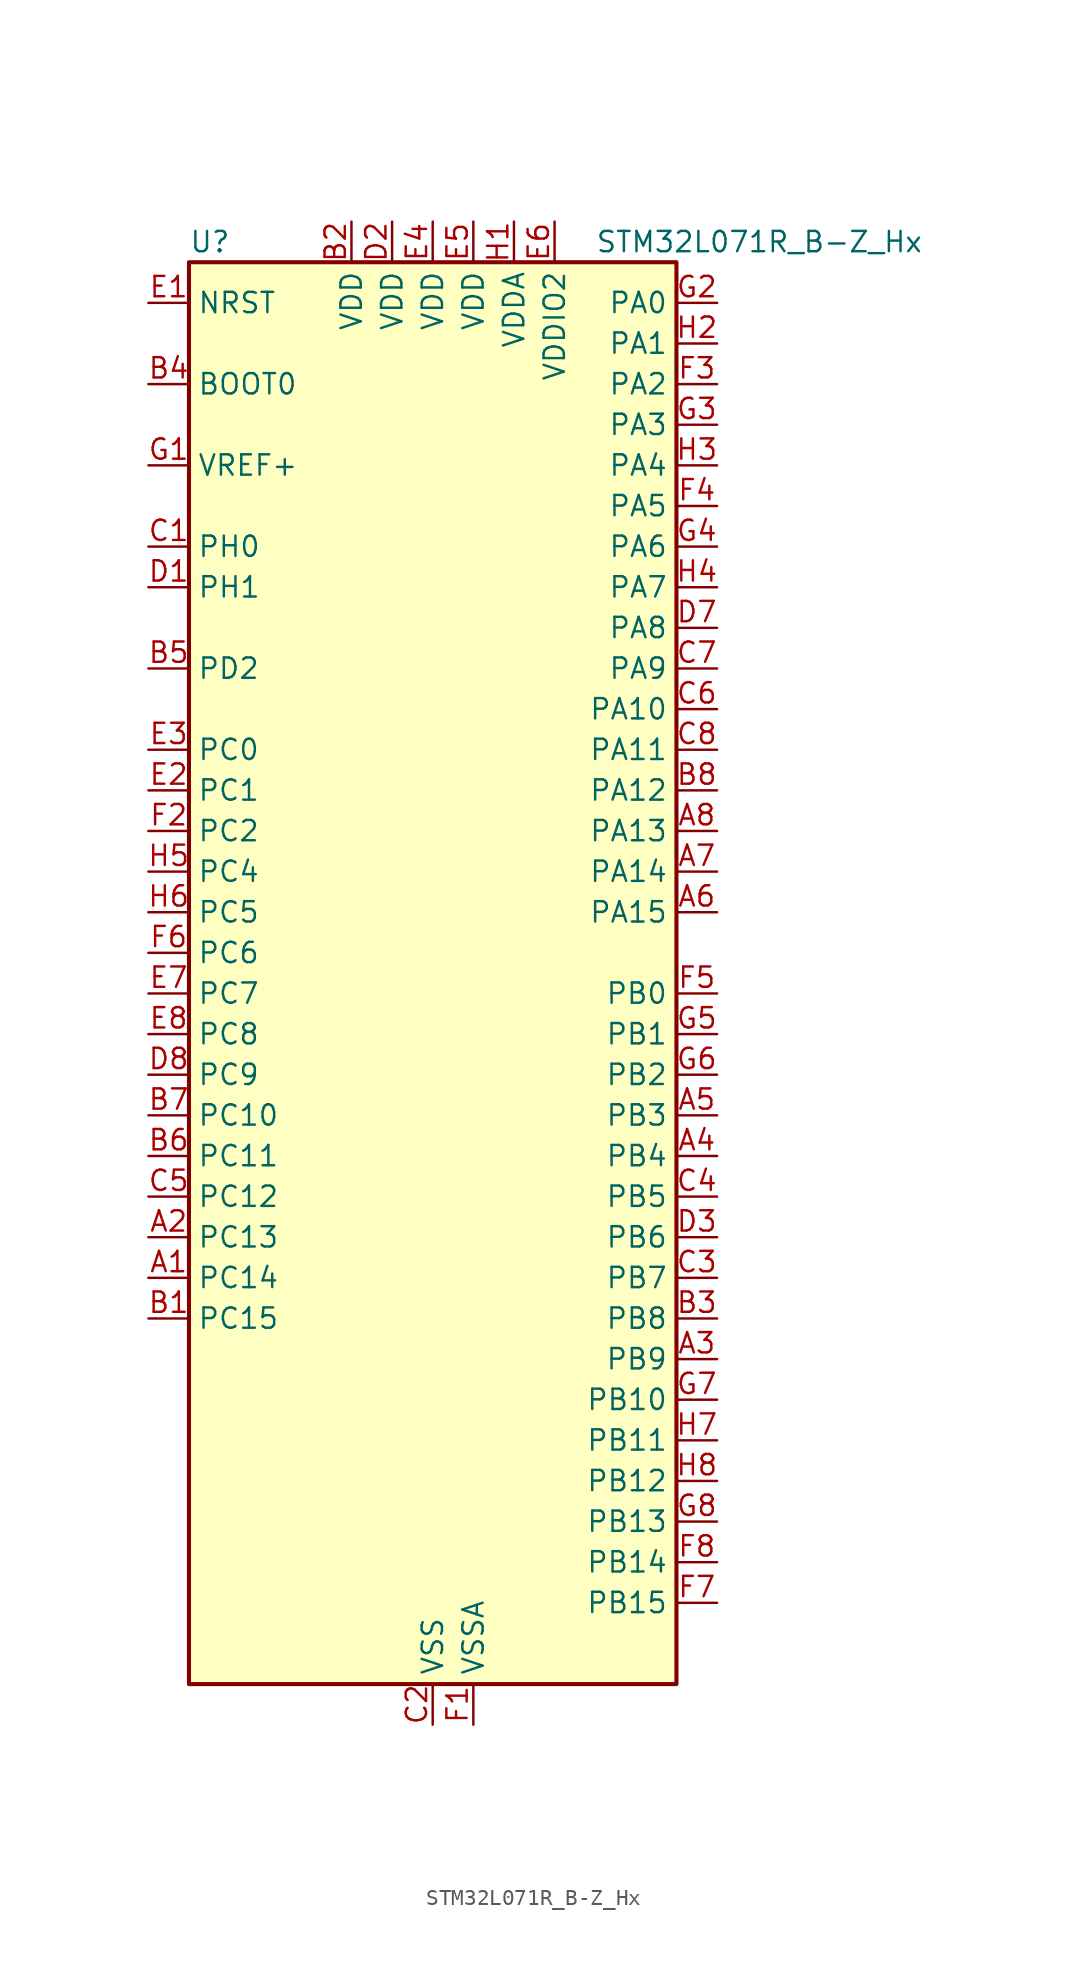
<source format=kicad_sym>
(kicad_symbol_lib
  (version 20220914)
  (generator kicad_symbol_editor)
  (symbol "STM32L071R_B-Z_Hx"
    (property "Reference" "U"
      (at -15.24 46.99 0)
      (effects (font (size 1.27 1.27)) (justify left)))
    (property "Value" "STM32L071R_B-Z_Hx"
      (at 10.16 46.99 0)
      (effects (font (size 1.27 1.27)) (justify left)))
    (property "ki_locked" ""
      (at 0 0 0)
      (effects (font (size 1.27 1.27))))
    (symbol "STM32L071R_B-Z_Hx_0_1"
      (rectangle (start -15.24 -43.18) (end 15.24 45.72) (stroke (width 0.254) (type default)) (fill (type background))))
    (symbol "STM32L071R_B-Z_Hx_1_1"
      (pin bidirectional line (at -17.78 -17.78 0) (length 2.54) (name "PC14" (effects (font (size 1.27 1.27)))) (number "A1" (effects (font (size 1.27 1.27)))) (alternate "RCC_OSC32_IN" bidirectional line))
      (pin bidirectional line (at -17.78 -15.24 0) (length 2.54) (name "PC13" (effects (font (size 1.27 1.27)))) (number "A2" (effects (font (size 1.27 1.27)))) (alternate "RTC_OUT_ALARM" bidirectional line) (alternate "RTC_OUT_CALIB" bidirectional line) (alternate "RTC_TAMP1" bidirectional line) (alternate "RTC_TS" bidirectional line) (alternate "SYS_WKUP2" bidirectional line))
      (pin bidirectional line (at 17.78 -22.86 180) (length 2.54) (name "PB9" (effects (font (size 1.27 1.27)))) (number "A3" (effects (font (size 1.27 1.27)))) (alternate "I2C1_SDA" bidirectional line) (alternate "I2S2_WS" bidirectional line) (alternate "SPI2_NSS" bidirectional line))
      (pin bidirectional line (at 17.78 -10.16 180) (length 2.54) (name "PB4" (effects (font (size 1.27 1.27)))) (number "A4" (effects (font (size 1.27 1.27)))) (alternate "COMP2_INP" bidirectional line) (alternate "I2C3_SDA" bidirectional line) (alternate "SPI1_MISO" bidirectional line) (alternate "TIM22_CH1" bidirectional line) (alternate "TIM3_CH1" bidirectional line) (alternate "USART1_CTS" bidirectional line) (alternate "USART5_RX" bidirectional line))
      (pin bidirectional line (at 17.78 -7.62 180) (length 2.54) (name "PB3" (effects (font (size 1.27 1.27)))) (number "A5" (effects (font (size 1.27 1.27)))) (alternate "COMP2_INM" bidirectional line) (alternate "SPI1_SCK" bidirectional line) (alternate "TIM2_CH2" bidirectional line) (alternate "USART1_DE" bidirectional line) (alternate "USART1_RTS" bidirectional line) (alternate "USART5_TX" bidirectional line))
      (pin bidirectional line (at 17.78 5.08 180) (length 2.54) (name "PA15" (effects (font (size 1.27 1.27)))) (number "A6" (effects (font (size 1.27 1.27)))) (alternate "SPI1_NSS" bidirectional line) (alternate "TIM2_CH1" bidirectional line) (alternate "TIM2_ETR" bidirectional line) (alternate "USART2_RX" bidirectional line) (alternate "USART4_DE" bidirectional line) (alternate "USART4_RTS" bidirectional line))
      (pin bidirectional line (at 17.78 7.62 180) (length 2.54) (name "PA14" (effects (font (size 1.27 1.27)))) (number "A7" (effects (font (size 1.27 1.27)))) (alternate "LPUART1_TX" bidirectional line) (alternate "SYS_SWCLK" bidirectional line) (alternate "USART2_TX" bidirectional line))
      (pin bidirectional line (at 17.78 10.16 180) (length 2.54) (name "PA13" (effects (font (size 1.27 1.27)))) (number "A8" (effects (font (size 1.27 1.27)))) (alternate "LPUART1_RX" bidirectional line) (alternate "SYS_SWDIO" bidirectional line))
      (pin bidirectional line (at -17.78 -20.32 0) (length 2.54) (name "PC15" (effects (font (size 1.27 1.27)))) (number "B1" (effects (font (size 1.27 1.27)))) (alternate "RCC_OSC32_OUT" bidirectional line))
      (pin power_in line (at -5.08 48.26 270) (length 2.54) (name "VDD" (effects (font (size 1.27 1.27)))) (number "B2" (effects (font (size 1.27 1.27)))))
      (pin bidirectional line (at 17.78 -20.32 180) (length 2.54) (name "PB8" (effects (font (size 1.27 1.27)))) (number "B3" (effects (font (size 1.27 1.27)))) (alternate "I2C1_SCL" bidirectional line))
      (pin input line (at -17.78 38.1 0) (length 2.54) (name "BOOT0" (effects (font (size 1.27 1.27)))) (number "B4" (effects (font (size 1.27 1.27)))))
      (pin bidirectional line (at -17.78 20.32 0) (length 2.54) (name "PD2" (effects (font (size 1.27 1.27)))) (number "B5" (effects (font (size 1.27 1.27)))) (alternate "LPUART1_DE" bidirectional line) (alternate "LPUART1_RTS" bidirectional line) (alternate "TIM3_ETR" bidirectional line) (alternate "USART5_RX" bidirectional line))
      (pin bidirectional line (at -17.78 -10.16 0) (length 2.54) (name "PC11" (effects (font (size 1.27 1.27)))) (number "B6" (effects (font (size 1.27 1.27)))) (alternate "ADC_EXTI11" bidirectional line) (alternate "LPUART1_RX" bidirectional line) (alternate "USART4_RX" bidirectional line))
      (pin bidirectional line (at -17.78 -7.62 0) (length 2.54) (name "PC10" (effects (font (size 1.27 1.27)))) (number "B7" (effects (font (size 1.27 1.27)))) (alternate "LPUART1_TX" bidirectional line) (alternate "USART4_TX" bidirectional line))
      (pin bidirectional line (at 17.78 12.7 180) (length 2.54) (name "PA12" (effects (font (size 1.27 1.27)))) (number "B8" (effects (font (size 1.27 1.27)))) (alternate "COMP2_OUT" bidirectional line) (alternate "SPI1_MOSI" bidirectional line) (alternate "USART1_DE" bidirectional line) (alternate "USART1_RTS" bidirectional line))
      (pin bidirectional line (at -17.78 27.94 0) (length 2.54) (name "PH0" (effects (font (size 1.27 1.27)))) (number "C1" (effects (font (size 1.27 1.27)))) (alternate "RCC_OSC_IN" bidirectional line))
      (pin power_in line (at 0 -45.72 90) (length 2.54) (name "VSS" (effects (font (size 1.27 1.27)))) (number "C2" (effects (font (size 1.27 1.27)))))
      (pin bidirectional line (at 17.78 -17.78 180) (length 2.54) (name "PB7" (effects (font (size 1.27 1.27)))) (number "C3" (effects (font (size 1.27 1.27)))) (alternate "COMP2_INP" bidirectional line) (alternate "I2C1_SDA" bidirectional line) (alternate "LPTIM1_IN2" bidirectional line) (alternate "SYS_PVD_IN" bidirectional line) (alternate "USART1_RX" bidirectional line) (alternate "USART4_CTS" bidirectional line))
      (pin bidirectional line (at 17.78 -12.7 180) (length 2.54) (name "PB5" (effects (font (size 1.27 1.27)))) (number "C4" (effects (font (size 1.27 1.27)))) (alternate "COMP2_INP" bidirectional line) (alternate "I2C1_SMBA" bidirectional line) (alternate "LPTIM1_IN1" bidirectional line) (alternate "SPI1_MOSI" bidirectional line) (alternate "TIM22_CH2" bidirectional line) (alternate "TIM3_CH2" bidirectional line) (alternate "USART1_CK" bidirectional line) (alternate "USART5_CK" bidirectional line) (alternate "USART5_DE" bidirectional line) (alternate "USART5_RTS" bidirectional line))
      (pin bidirectional line (at -17.78 -12.7 0) (length 2.54) (name "PC12" (effects (font (size 1.27 1.27)))) (number "C5" (effects (font (size 1.27 1.27)))) (alternate "USART4_CK" bidirectional line) (alternate "USART5_TX" bidirectional line))
      (pin bidirectional line (at 17.78 17.78 180) (length 2.54) (name "PA10" (effects (font (size 1.27 1.27)))) (number "C6" (effects (font (size 1.27 1.27)))) (alternate "I2C1_SDA" bidirectional line) (alternate "USART1_RX" bidirectional line))
      (pin bidirectional line (at 17.78 20.32 180) (length 2.54) (name "PA9" (effects (font (size 1.27 1.27)))) (number "C7" (effects (font (size 1.27 1.27)))) (alternate "I2C1_SCL" bidirectional line) (alternate "I2C3_SMBA" bidirectional line) (alternate "RCC_MCO" bidirectional line) (alternate "USART1_TX" bidirectional line))
      (pin bidirectional line (at 17.78 15.24 180) (length 2.54) (name "PA11" (effects (font (size 1.27 1.27)))) (number "C8" (effects (font (size 1.27 1.27)))) (alternate "ADC_EXTI11" bidirectional line) (alternate "COMP1_OUT" bidirectional line) (alternate "SPI1_MISO" bidirectional line) (alternate "USART1_CTS" bidirectional line))
      (pin bidirectional line (at -17.78 25.4 0) (length 2.54) (name "PH1" (effects (font (size 1.27 1.27)))) (number "D1" (effects (font (size 1.27 1.27)))) (alternate "RCC_OSC_OUT" bidirectional line))
      (pin power_in line (at -2.54 48.26 270) (length 2.54) (name "VDD" (effects (font (size 1.27 1.27)))) (number "D2" (effects (font (size 1.27 1.27)))))
      (pin bidirectional line (at 17.78 -15.24 180) (length 2.54) (name "PB6" (effects (font (size 1.27 1.27)))) (number "D3" (effects (font (size 1.27 1.27)))) (alternate "COMP2_INP" bidirectional line) (alternate "I2C1_SCL" bidirectional line) (alternate "LPTIM1_ETR" bidirectional line) (alternate "USART1_TX" bidirectional line))
      (pin passive line (at 0 -45.72 90) (length 2.54) hide (name "VSS" (effects (font (size 1.27 1.27)))) (number "D4" (effects (font (size 1.27 1.27)))))
      (pin passive line (at 0 -45.72 90) (length 2.54) hide (name "VSS" (effects (font (size 1.27 1.27)))) (number "D5" (effects (font (size 1.27 1.27)))))
      (pin passive line (at 0 -45.72 90) (length 2.54) hide (name "VSS" (effects (font (size 1.27 1.27)))) (number "D6" (effects (font (size 1.27 1.27)))))
      (pin bidirectional line (at 17.78 22.86 180) (length 2.54) (name "PA8" (effects (font (size 1.27 1.27)))) (number "D7" (effects (font (size 1.27 1.27)))) (alternate "I2C3_SCL" bidirectional line) (alternate "RCC_MCO" bidirectional line) (alternate "USART1_CK" bidirectional line))
      (pin bidirectional line (at -17.78 -5.08 0) (length 2.54) (name "PC9" (effects (font (size 1.27 1.27)))) (number "D8" (effects (font (size 1.27 1.27)))) (alternate "I2C3_SDA" bidirectional line) (alternate "TIM21_ETR" bidirectional line) (alternate "TIM3_CH4" bidirectional line))
      (pin input line (at -17.78 43.18 0) (length 2.54) (name "NRST" (effects (font (size 1.27 1.27)))) (number "E1" (effects (font (size 1.27 1.27)))))
      (pin bidirectional line (at -17.78 12.7 0) (length 2.54) (name "PC1" (effects (font (size 1.27 1.27)))) (number "E2" (effects (font (size 1.27 1.27)))) (alternate "ADC_IN11" bidirectional line) (alternate "I2C3_SDA" bidirectional line) (alternate "LPTIM1_OUT" bidirectional line) (alternate "LPUART1_TX" bidirectional line))
      (pin bidirectional line (at -17.78 15.24 0) (length 2.54) (name "PC0" (effects (font (size 1.27 1.27)))) (number "E3" (effects (font (size 1.27 1.27)))) (alternate "ADC_IN10" bidirectional line) (alternate "I2C3_SCL" bidirectional line) (alternate "LPTIM1_IN1" bidirectional line) (alternate "LPUART1_RX" bidirectional line))
      (pin power_in line (at 0 48.26 270) (length 2.54) (name "VDD" (effects (font (size 1.27 1.27)))) (number "E4" (effects (font (size 1.27 1.27)))))
      (pin power_in line (at 2.54 48.26 270) (length 2.54) (name "VDD" (effects (font (size 1.27 1.27)))) (number "E5" (effects (font (size 1.27 1.27)))))
      (pin power_in line (at 7.62 48.26 270) (length 2.54) (name "VDDIO2" (effects (font (size 1.27 1.27)))) (number "E6" (effects (font (size 1.27 1.27)))))
      (pin bidirectional line (at -17.78 0 0) (length 2.54) (name "PC7" (effects (font (size 1.27 1.27)))) (number "E7" (effects (font (size 1.27 1.27)))) (alternate "TIM22_CH2" bidirectional line) (alternate "TIM3_CH2" bidirectional line))
      (pin bidirectional line (at -17.78 -2.54 0) (length 2.54) (name "PC8" (effects (font (size 1.27 1.27)))) (number "E8" (effects (font (size 1.27 1.27)))) (alternate "TIM22_ETR" bidirectional line) (alternate "TIM3_CH3" bidirectional line))
      (pin power_in line (at 2.54 -45.72 90) (length 2.54) (name "VSSA" (effects (font (size 1.27 1.27)))) (number "F1" (effects (font (size 1.27 1.27)))))
      (pin bidirectional line (at -17.78 10.16 0) (length 2.54) (name "PC2" (effects (font (size 1.27 1.27)))) (number "F2" (effects (font (size 1.27 1.27)))) (alternate "ADC_IN12" bidirectional line) (alternate "I2S2_MCK" bidirectional line) (alternate "LPTIM1_IN2" bidirectional line) (alternate "SPI2_MISO" bidirectional line))
      (pin bidirectional line (at 17.78 38.1 180) (length 2.54) (name "PA2" (effects (font (size 1.27 1.27)))) (number "F3" (effects (font (size 1.27 1.27)))) (alternate "ADC_IN2" bidirectional line) (alternate "COMP2_INM" bidirectional line) (alternate "COMP2_OUT" bidirectional line) (alternate "LPUART1_TX" bidirectional line) (alternate "TIM21_CH1" bidirectional line) (alternate "TIM2_CH3" bidirectional line) (alternate "USART2_TX" bidirectional line))
      (pin bidirectional line (at 17.78 30.48 180) (length 2.54) (name "PA5" (effects (font (size 1.27 1.27)))) (number "F4" (effects (font (size 1.27 1.27)))) (alternate "ADC_IN5" bidirectional line) (alternate "COMP1_INM" bidirectional line) (alternate "COMP2_INM" bidirectional line) (alternate "SPI1_SCK" bidirectional line) (alternate "TIM2_CH1" bidirectional line) (alternate "TIM2_ETR" bidirectional line))
      (pin bidirectional line (at 17.78 0 180) (length 2.54) (name "PB0" (effects (font (size 1.27 1.27)))) (number "F5" (effects (font (size 1.27 1.27)))) (alternate "ADC_IN8" bidirectional line) (alternate "SYS_VREF_OUT_PB0" bidirectional line) (alternate "TIM3_CH3" bidirectional line))
      (pin bidirectional line (at -17.78 2.54 0) (length 2.54) (name "PC6" (effects (font (size 1.27 1.27)))) (number "F6" (effects (font (size 1.27 1.27)))) (alternate "TIM22_CH1" bidirectional line) (alternate "TIM3_CH1" bidirectional line))
      (pin bidirectional line (at 17.78 -38.1 180) (length 2.54) (name "PB15" (effects (font (size 1.27 1.27)))) (number "F7" (effects (font (size 1.27 1.27)))) (alternate "I2S2_SD" bidirectional line) (alternate "RTC_REFIN" bidirectional line) (alternate "SPI2_MOSI" bidirectional line))
      (pin bidirectional line (at 17.78 -35.56 180) (length 2.54) (name "PB14" (effects (font (size 1.27 1.27)))) (number "F8" (effects (font (size 1.27 1.27)))) (alternate "I2C2_SDA" bidirectional line) (alternate "I2S2_MCK" bidirectional line) (alternate "LPUART1_DE" bidirectional line) (alternate "LPUART1_RTS" bidirectional line) (alternate "RTC_OUT_ALARM" bidirectional line) (alternate "RTC_OUT_CALIB" bidirectional line) (alternate "SPI2_MISO" bidirectional line) (alternate "TIM21_CH2" bidirectional line))
      (pin input line (at -17.78 33.02 0) (length 2.54) (name "VREF+" (effects (font (size 1.27 1.27)))) (number "G1" (effects (font (size 1.27 1.27)))))
      (pin bidirectional line (at 17.78 43.18 180) (length 2.54) (name "PA0" (effects (font (size 1.27 1.27)))) (number "G2" (effects (font (size 1.27 1.27)))) (alternate "ADC_IN0" bidirectional line) (alternate "COMP1_INM" bidirectional line) (alternate "COMP1_OUT" bidirectional line) (alternate "RTC_TAMP2" bidirectional line) (alternate "SYS_WKUP1" bidirectional line) (alternate "TIM2_CH1" bidirectional line) (alternate "TIM2_ETR" bidirectional line) (alternate "USART2_CTS" bidirectional line) (alternate "USART4_TX" bidirectional line))
      (pin bidirectional line (at 17.78 35.56 180) (length 2.54) (name "PA3" (effects (font (size 1.27 1.27)))) (number "G3" (effects (font (size 1.27 1.27)))) (alternate "ADC_IN3" bidirectional line) (alternate "COMP2_INP" bidirectional line) (alternate "LPUART1_RX" bidirectional line) (alternate "TIM21_CH2" bidirectional line) (alternate "TIM2_CH4" bidirectional line) (alternate "USART2_RX" bidirectional line))
      (pin bidirectional line (at 17.78 27.94 180) (length 2.54) (name "PA6" (effects (font (size 1.27 1.27)))) (number "G4" (effects (font (size 1.27 1.27)))) (alternate "ADC_IN6" bidirectional line) (alternate "COMP1_OUT" bidirectional line) (alternate "LPUART1_CTS" bidirectional line) (alternate "SPI1_MISO" bidirectional line) (alternate "TIM22_CH1" bidirectional line) (alternate "TIM3_CH1" bidirectional line))
      (pin bidirectional line (at 17.78 -2.54 180) (length 2.54) (name "PB1" (effects (font (size 1.27 1.27)))) (number "G5" (effects (font (size 1.27 1.27)))) (alternate "ADC_IN9" bidirectional line) (alternate "LPUART1_DE" bidirectional line) (alternate "LPUART1_RTS" bidirectional line) (alternate "SYS_VREF_OUT_PB1" bidirectional line) (alternate "TIM3_CH4" bidirectional line))
      (pin bidirectional line (at 17.78 -5.08 180) (length 2.54) (name "PB2" (effects (font (size 1.27 1.27)))) (number "G6" (effects (font (size 1.27 1.27)))) (alternate "I2C3_SMBA" bidirectional line) (alternate "LPTIM1_OUT" bidirectional line))
      (pin bidirectional line (at 17.78 -25.4 180) (length 2.54) (name "PB10" (effects (font (size 1.27 1.27)))) (number "G7" (effects (font (size 1.27 1.27)))) (alternate "I2C2_SCL" bidirectional line) (alternate "LPUART1_RX" bidirectional line) (alternate "LPUART1_TX" bidirectional line) (alternate "SPI2_SCK" bidirectional line) (alternate "TIM2_CH3" bidirectional line))
      (pin bidirectional line (at 17.78 -33.02 180) (length 2.54) (name "PB13" (effects (font (size 1.27 1.27)))) (number "G8" (effects (font (size 1.27 1.27)))) (alternate "I2C2_SCL" bidirectional line) (alternate "I2S2_CK" bidirectional line) (alternate "LPUART1_CTS" bidirectional line) (alternate "RCC_MCO" bidirectional line) (alternate "SPI2_SCK" bidirectional line) (alternate "TIM21_CH1" bidirectional line))
      (pin power_in line (at 5.08 48.26 270) (length 2.54) (name "VDDA" (effects (font (size 1.27 1.27)))) (number "H1" (effects (font (size 1.27 1.27)))))
      (pin bidirectional line (at 17.78 40.64 180) (length 2.54) (name "PA1" (effects (font (size 1.27 1.27)))) (number "H2" (effects (font (size 1.27 1.27)))) (alternate "ADC_IN1" bidirectional line) (alternate "COMP1_INP" bidirectional line) (alternate "TIM21_ETR" bidirectional line) (alternate "TIM2_CH2" bidirectional line) (alternate "USART2_DE" bidirectional line) (alternate "USART2_RTS" bidirectional line) (alternate "USART4_RX" bidirectional line))
      (pin bidirectional line (at 17.78 33.02 180) (length 2.54) (name "PA4" (effects (font (size 1.27 1.27)))) (number "H3" (effects (font (size 1.27 1.27)))) (alternate "ADC_IN4" bidirectional line) (alternate "COMP1_INM" bidirectional line) (alternate "COMP2_INM" bidirectional line) (alternate "SPI1_NSS" bidirectional line) (alternate "TIM22_ETR" bidirectional line) (alternate "USART2_CK" bidirectional line))
      (pin bidirectional line (at 17.78 25.4 180) (length 2.54) (name "PA7" (effects (font (size 1.27 1.27)))) (number "H4" (effects (font (size 1.27 1.27)))) (alternate "ADC_IN7" bidirectional line) (alternate "COMP2_OUT" bidirectional line) (alternate "SPI1_MOSI" bidirectional line) (alternate "TIM22_CH2" bidirectional line) (alternate "TIM3_CH2" bidirectional line))
      (pin bidirectional line (at -17.78 7.62 0) (length 2.54) (name "PC4" (effects (font (size 1.27 1.27)))) (number "H5" (effects (font (size 1.27 1.27)))) (alternate "ADC_IN14" bidirectional line) (alternate "LPUART1_TX" bidirectional line))
      (pin bidirectional line (at -17.78 5.08 0) (length 2.54) (name "PC5" (effects (font (size 1.27 1.27)))) (number "H6" (effects (font (size 1.27 1.27)))) (alternate "ADC_IN15" bidirectional line) (alternate "LPUART1_RX" bidirectional line))
      (pin bidirectional line (at 17.78 -27.94 180) (length 2.54) (name "PB11" (effects (font (size 1.27 1.27)))) (number "H7" (effects (font (size 1.27 1.27)))) (alternate "ADC_EXTI11" bidirectional line) (alternate "I2C2_SDA" bidirectional line) (alternate "LPUART1_RX" bidirectional line) (alternate "LPUART1_TX" bidirectional line) (alternate "TIM2_CH4" bidirectional line))
      (pin bidirectional line (at 17.78 -30.48 180) (length 2.54) (name "PB12" (effects (font (size 1.27 1.27)))) (number "H8" (effects (font (size 1.27 1.27)))) (alternate "I2S2_WS" bidirectional line) (alternate "LPUART1_DE" bidirectional line) (alternate "LPUART1_RTS" bidirectional line) (alternate "SPI2_NSS" bidirectional line)))))
</source>
